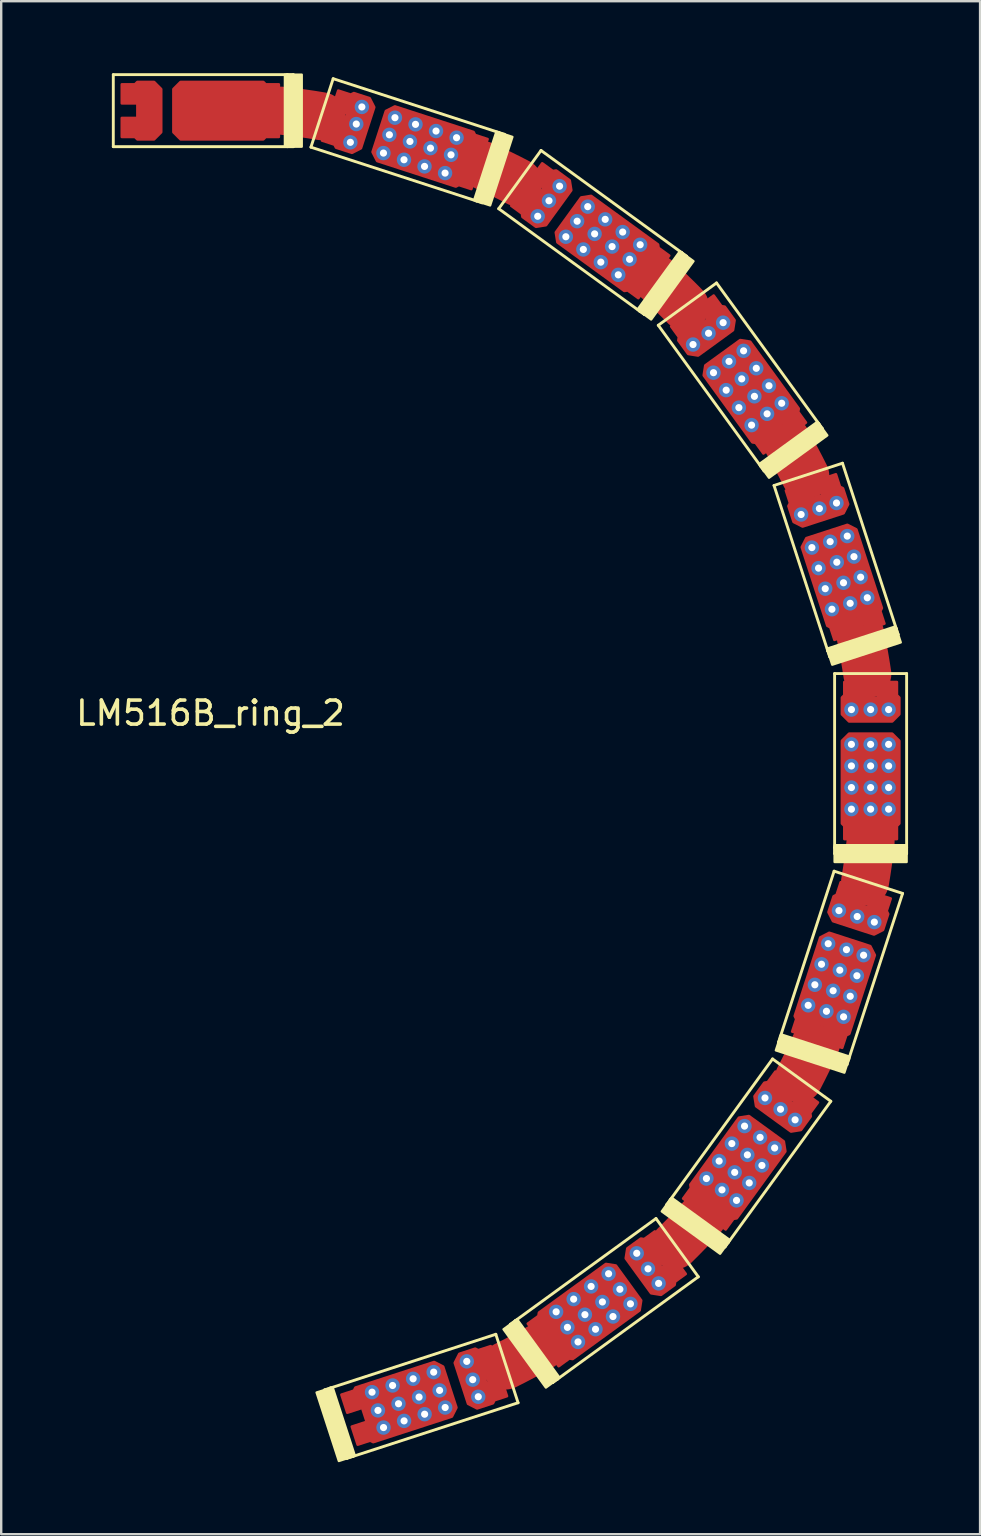
<source format=kicad_pcb>
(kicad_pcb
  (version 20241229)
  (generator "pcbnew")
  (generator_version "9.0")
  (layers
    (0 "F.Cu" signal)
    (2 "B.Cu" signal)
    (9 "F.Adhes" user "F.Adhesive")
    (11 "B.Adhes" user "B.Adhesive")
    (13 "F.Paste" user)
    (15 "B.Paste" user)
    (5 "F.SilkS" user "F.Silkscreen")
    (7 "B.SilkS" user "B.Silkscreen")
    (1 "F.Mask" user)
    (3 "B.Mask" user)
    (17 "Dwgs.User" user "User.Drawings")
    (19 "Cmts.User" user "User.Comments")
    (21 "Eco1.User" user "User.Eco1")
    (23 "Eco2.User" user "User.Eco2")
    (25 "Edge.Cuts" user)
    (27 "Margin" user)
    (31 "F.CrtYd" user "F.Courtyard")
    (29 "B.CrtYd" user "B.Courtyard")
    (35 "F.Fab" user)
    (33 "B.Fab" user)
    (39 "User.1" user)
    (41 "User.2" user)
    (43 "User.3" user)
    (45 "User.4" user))
  (footprint "LM516B_ring_2"
    (layer "F.Cu")
    (at 5.82 29.06)
    (property "Reference" "LM516B_ring_2" (at -0.1 -2.4 0) (layer "F.SilkS") (effects (font (size 1 1) (thickness 0.15))))
    (attr through_hole)
    (fp_arc (start 2.85 -27.5) (mid 3.688433 -27.397085) (end 4.523332 -27.268614) (stroke (width 2) (type solid)) (layer "F.Cu"))
    (fp_arc (start 11.203584 -25.242454) (mid 11.969179 -24.885486) (end 12.723515 -24.505304) (stroke (width 2) (type solid)) (layer "F.Cu"))
    (fp_arc (start 13.677494 23.981934) (mid 12.938695 24.391493) (end 12.187734 24.778299) (stroke (width 2) (type solid)) (layer "F.Cu"))
    (fp_arc (start 18.450695 -20.514001) (mid 19.06851 -19.937922) (end 19.668444 -19.343245) (stroke (width 2) (type solid)) (layer "F.Cu"))
    (fp_arc (start 20.414001 18.550695) (mid 19.837922 19.16851) (end 19.243245 19.768444) (stroke (width 2) (type solid)) (layer "F.Cu"))
    (fp_arc (start 23.881934 -13.777494) (mid 24.291493 -13.038695) (end 24.678299 -12.287734) (stroke (width 2) (type solid)) (layer "F.Cu"))
    (fp_arc (start 25.142454 11.303584) (mid 24.785486 12.069179) (end 24.405304 12.823515) (stroke (width 2) (type solid)) (layer "F.Cu"))
    (fp_arc (start 26.965654 -5.692351) (mid 27.126866 -4.863151) (end 27.262681 -4.029415) (stroke (width 2) (type solid)) (layer "F.Cu"))
    (fp_arc (start 27.4 2.95) (mid 27.297085 3.788433) (end 27.168614 4.623332) (stroke (width 2) (type solid)) (layer "F.Cu"))
    (fp_line (start -4.15 -29) (end -4.15 -26) (stroke (width 0.12) (type solid)) (layer "F.SilkS"))
    (fp_line (start -4.15 -26) (end 3.1 -26) (stroke (width 0.12) (type solid)) (layer "F.SilkS"))
    (fp_line (start 3.1 -29) (end -4.15 -29) (stroke (width 0.12) (type solid)) (layer "F.SilkS"))
    (fp_line (start 3.1 -29) (end 3.35 -29) (stroke (width 0.12) (type solid)) (layer "F.SilkS"))
    (fp_line (start 3.1 -26) (end 3.1 -29) (stroke (width 0.12) (type solid)) (layer "F.SilkS"))
    (fp_line (start 3.35 -29) (end 3.35 -26) (stroke (width 0.12) (type solid)) (layer "F.SilkS"))
    (fp_line (start 3.35 -26) (end 3.1 -26) (stroke (width 0.12) (type solid)) (layer "F.SilkS"))
    (fp_line (start 4.083 -25.979) (end 10.978 -23.739) (stroke (width 0.12) (type solid)) (layer "F.SilkS"))
    (fp_line (start 4.653 25.794) (end 4.891 25.716) (stroke (width 0.12) (type solid)) (layer "F.SilkS"))
    (fp_line (start 4.891 25.716) (end 5.818 28.569) (stroke (width 0.12) (type solid)) (layer "F.SilkS"))
    (fp_line (start 5.01 -28.832) (end 4.083 -25.979) (stroke (width 0.12) (type solid)) (layer "F.SilkS"))
    (fp_line (start 5.58 28.647) (end 4.653 25.794) (stroke (width 0.12) (type solid)) (layer "F.SilkS"))
    (fp_line (start 5.818 28.569) (end 5.58 28.647) (stroke (width 0.12) (type solid)) (layer "F.SilkS"))
    (fp_line (start 5.818 28.569) (end 12.713 26.329) (stroke (width 0.12) (type solid)) (layer "F.SilkS"))
    (fp_line (start 10.978 -23.739) (end 11.905 -26.592) (stroke (width 0.12) (type solid)) (layer "F.SilkS"))
    (fp_line (start 11.216 -23.661) (end 10.978 -23.739) (stroke (width 0.12) (type solid)) (layer "F.SilkS"))
    (fp_line (start 11.786 23.476) (end 4.891 25.716) (stroke (width 0.12) (type solid)) (layer "F.SilkS"))
    (fp_line (start 11.905 -26.592) (end 5.01 -28.832) (stroke (width 0.12) (type solid)) (layer "F.SilkS"))
    (fp_line (start 11.905 -26.592) (end 12.143 -26.515) (stroke (width 0.12) (type solid)) (layer "F.SilkS"))
    (fp_line (start 11.906 -23.415) (end 17.771 -19.154) (stroke (width 0.12) (type solid)) (layer "F.SilkS"))
    (fp_line (start 12.143 -26.515) (end 11.216 -23.661) (stroke (width 0.12) (type solid)) (layer "F.SilkS"))
    (fp_line (start 12.391 23.062) (end 12.594 22.915) (stroke (width 0.12) (type solid)) (layer "F.SilkS"))
    (fp_line (start 12.594 22.915) (end 14.357 25.342) (stroke (width 0.12) (type solid)) (layer "F.SilkS"))
    (fp_line (start 12.713 26.329) (end 11.786 23.476) (stroke (width 0.12) (type solid)) (layer "F.SilkS"))
    (fp_line (start 13.669 -25.842) (end 11.906 -23.415) (stroke (width 0.12) (type solid)) (layer "F.SilkS"))
    (fp_line (start 14.155 25.489) (end 12.391 23.062) (stroke (width 0.12) (type solid)) (layer "F.SilkS"))
    (fp_line (start 14.357 25.342) (end 14.155 25.489) (stroke (width 0.12) (type solid)) (layer "F.SilkS"))
    (fp_line (start 14.357 25.342) (end 20.222 21.081) (stroke (width 0.12) (type solid)) (layer "F.SilkS"))
    (fp_line (start 17.771 -19.154) (end 19.535 -21.581) (stroke (width 0.12) (type solid)) (layer "F.SilkS"))
    (fp_line (start 17.974 -19.007) (end 17.771 -19.154) (stroke (width 0.12) (type solid)) (layer "F.SilkS"))
    (fp_line (start 18.459 18.654) (end 12.594 22.915) (stroke (width 0.12) (type solid)) (layer "F.SilkS"))
    (fp_line (start 18.554 -18.559) (end 22.815 -12.694) (stroke (width 0.12) (type solid)) (layer "F.SilkS"))
    (fp_line (start 18.907 18.074) (end 19.054 17.871) (stroke (width 0.12) (type solid)) (layer "F.SilkS"))
    (fp_line (start 19.054 17.871) (end 21.481 19.635) (stroke (width 0.12) (type solid)) (layer "F.SilkS"))
    (fp_line (start 19.535 -21.581) (end 13.669 -25.842) (stroke (width 0.12) (type solid)) (layer "F.SilkS"))
    (fp_line (start 19.535 -21.581) (end 19.737 -21.434) (stroke (width 0.12) (type solid)) (layer "F.SilkS"))
    (fp_line (start 19.737 -21.434) (end 17.974 -19.007) (stroke (width 0.12) (type solid)) (layer "F.SilkS"))
    (fp_line (start 20.222 21.081) (end 18.459 18.654) (stroke (width 0.12) (type solid)) (layer "F.SilkS"))
    (fp_line (start 20.981 -20.322) (end 18.554 -18.559) (stroke (width 0.12) (type solid)) (layer "F.SilkS"))
    (fp_line (start 21.334 19.837) (end 18.907 18.074) (stroke (width 0.12) (type solid)) (layer "F.SilkS"))
    (fp_line (start 21.481 19.635) (end 21.334 19.837) (stroke (width 0.12) (type solid)) (layer "F.SilkS"))
    (fp_line (start 21.481 19.635) (end 25.742 13.769) (stroke (width 0.12) (type solid)) (layer "F.SilkS"))
    (fp_line (start 22.815 -12.694) (end 25.242 -14.457) (stroke (width 0.12) (type solid)) (layer "F.SilkS"))
    (fp_line (start 22.962 -12.491) (end 22.815 -12.694) (stroke (width 0.12) (type solid)) (layer "F.SilkS"))
    (fp_line (start 23.315 12.006) (end 19.054 17.871) (stroke (width 0.12) (type solid)) (layer "F.SilkS"))
    (fp_line (start 23.376 -11.886) (end 25.616 -4.991) (stroke (width 0.12) (type solid)) (layer "F.SilkS"))
    (fp_line (start 23.561 11.316) (end 23.639 11.078) (stroke (width 0.12) (type solid)) (layer "F.SilkS"))
    (fp_line (start 23.639 11.078) (end 26.492 12.005) (stroke (width 0.12) (type solid)) (layer "F.SilkS"))
    (fp_line (start 25.242 -14.457) (end 20.981 -20.322) (stroke (width 0.12) (type solid)) (layer "F.SilkS"))
    (fp_line (start 25.242 -14.457) (end 25.389 -14.255) (stroke (width 0.12) (type solid)) (layer "F.SilkS"))
    (fp_line (start 25.389 -14.255) (end 22.962 -12.491) (stroke (width 0.12) (type solid)) (layer "F.SilkS"))
    (fp_line (start 25.616 -4.991) (end 28.469 -5.918) (stroke (width 0.12) (type solid)) (layer "F.SilkS"))
    (fp_line (start 25.694 -4.753) (end 25.616 -4.991) (stroke (width 0.12) (type solid)) (layer "F.SilkS"))
    (fp_line (start 25.742 13.769) (end 23.315 12.006) (stroke (width 0.12) (type solid)) (layer "F.SilkS"))
    (fp_line (start 25.879 4.183) (end 23.639 11.078) (stroke (width 0.12) (type solid)) (layer "F.SilkS"))
    (fp_line (start 25.9 -4.05) (end 25.9 3.2) (stroke (width 0.12) (type solid)) (layer "F.SilkS"))
    (fp_line (start 25.9 3.2) (end 28.9 3.2) (stroke (width 0.12) (type solid)) (layer "F.SilkS"))
    (fp_line (start 25.9 3.45) (end 25.9 3.2) (stroke (width 0.12) (type solid)) (layer "F.SilkS"))
    (fp_line (start 26.229 -12.813) (end 23.376 -11.886) (stroke (width 0.12) (type solid)) (layer "F.SilkS"))
    (fp_line (start 26.415 12.243) (end 23.561 11.316) (stroke (width 0.12) (type solid)) (layer "F.SilkS"))
    (fp_line (start 26.492 12.005) (end 26.415 12.243) (stroke (width 0.12) (type solid)) (layer "F.SilkS"))
    (fp_line (start 26.492 12.005) (end 28.732 5.11) (stroke (width 0.12) (type solid)) (layer "F.SilkS"))
    (fp_line (start 28.469 -5.918) (end 26.229 -12.813) (stroke (width 0.12) (type solid)) (layer "F.SilkS"))
    (fp_line (start 28.469 -5.918) (end 28.547 -5.68) (stroke (width 0.12) (type solid)) (layer "F.SilkS"))
    (fp_line (start 28.547 -5.68) (end 25.694 -4.753) (stroke (width 0.12) (type solid)) (layer "F.SilkS"))
    (fp_line (start 28.732 5.11) (end 25.879 4.183) (stroke (width 0.12) (type solid)) (layer "F.SilkS"))
    (fp_line (start 28.9 -4.05) (end 25.9 -4.05) (stroke (width 0.12) (type solid)) (layer "F.SilkS"))
    (fp_line (start 28.9 3.2) (end 28.9 -4.05) (stroke (width 0.12) (type solid)) (layer "F.SilkS"))
    (fp_line (start 28.9 3.2) (end 28.9 3.45) (stroke (width 0.12) (type solid)) (layer "F.SilkS"))
    (fp_line (start 28.9 3.45) (end 25.9 3.45) (stroke (width 0.12) (type solid)) (layer "F.SilkS"))
    (fp_poly (pts (xy 3 -26) (xy 3.7 -26) (xy 3.7 -29) (xy 3 -29)) (stroke (width 0.1) (type solid)) (fill yes) (layer "F.SilkS"))
    (fp_poly (pts (xy 4.986 25.685) (xy 4.32 25.902) (xy 5.247 28.755) (xy 5.913 28.539)) (stroke (width 0.1) (type solid)) (fill yes) (layer "F.SilkS"))
    (fp_poly (pts (xy 10.883 -23.77) (xy 11.548 -23.553) (xy 12.476 -26.406) (xy 11.81 -26.623)) (stroke (width 0.1) (type solid)) (fill yes) (layer "F.SilkS"))
    (fp_poly (pts (xy 12.674 22.857) (xy 12.108 23.268) (xy 13.872 25.695) (xy 14.438 25.284)) (stroke (width 0.1) (type solid)) (fill yes) (layer "F.SilkS"))
    (fp_poly (pts (xy 17.69 -19.212) (xy 18.257 -18.801) (xy 20.02 -21.228) (xy 19.454 -21.639)) (stroke (width 0.1) (type solid)) (fill yes) (layer "F.SilkS"))
    (fp_poly (pts (xy 19.112 17.79) (xy 18.701 18.357) (xy 21.128 20.12) (xy 21.539 19.554)) (stroke (width 0.1) (type solid)) (fill yes) (layer "F.SilkS"))
    (fp_poly (pts (xy 22.757 -12.774) (xy 23.168 -12.208) (xy 25.595 -13.972) (xy 25.184 -14.538)) (stroke (width 0.1) (type solid)) (fill yes) (layer "F.SilkS"))
    (fp_poly (pts (xy 23.67 10.983) (xy 23.453 11.648) (xy 26.306 12.576) (xy 26.523 11.91)) (stroke (width 0.1) (type solid)) (fill yes) (layer "F.SilkS"))
    (fp_poly (pts (xy 25.585 -5.086) (xy 25.802 -4.42) (xy 28.655 -5.347) (xy 28.439 -6.013)) (stroke (width 0.1) (type solid)) (fill yes) (layer "F.SilkS"))
    (fp_poly (pts (xy 25.9 3.1) (xy 25.9 3.8) (xy 28.9 3.8) (xy 28.9 3.1)) (stroke (width 0.1) (type solid)) (fill yes) (layer "F.SilkS"))
    (pad "1" smd custom (at 0.45 -27.5) (size 3 2) (layers "F.Cu" "F.Mask" "F.Paste") (options (anchor rect)) (primitives (gr_poly (pts (xy -2.1 -0.9) (xy -2.1 0.9) (xy -1.8 1.2) (xy 1.65 1.2) (xy 1.75 1.1) (xy 2.3 1.1) (xy 2.3 0.3) (xy 1.65 0.3) (xy 1.65 -0.3) (xy 2.3 -0.3) (xy 2.3 -1.1) (xy 1.75 -1.1) (xy 1.65 -1.2) (xy -1.8 -1.2)) (width 0.1) (fill yes))))
    (pad "2" thru_hole circle (at 7.105 -25.733 342) (size 0.6 0.6) (drill 0.3) (layers "*.Cu" "*.Mask"))
    (pad "2" thru_hole circle (at 7.352 -26.494 342) (size 0.6 0.6) (drill 0.3) (layers "*.Cu" "*.Mask"))
    (pad "2" thru_hole circle (at 7.584 -27.207 342) (size 0.6 0.6) (drill 0.3) (layers "*.Cu" "*.Mask"))
    (pad "2" thru_hole circle (at 7.961 -25.455 342) (size 0.6 0.6) (drill 0.3) (layers "*.Cu" "*.Mask"))
    (pad "2" thru_hole circle (at 8.208 -26.216 342) (size 0.6 0.6) (drill 0.3) (layers "*.Cu" "*.Mask"))
    (pad "2" thru_hole circle (at 8.44 -26.929 342) (size 0.6 0.6) (drill 0.3) (layers "*.Cu" "*.Mask"))
    (pad "2" thru_hole circle (at 8.816 -25.177 342) (size 0.6 0.6) (drill 0.3) (layers "*.Cu" "*.Mask"))
    (pad "2" smd custom (at 8.921 -25.984 342) (size 3 2) (layers "F.Cu" "F.Mask" "F.Paste") (options (anchor rect)) (primitives (gr_poly (pts (xy -2.1 -0.9) (xy -2.1 0.9) (xy -1.8 1.2) (xy 1.65 1.2) (xy 1.75 1.1) (xy 2.3 1.1) (xy 2.3 0.3) (xy 1.65 0.3) (xy 1.65 -0.3) (xy 2.3 -0.3) (xy 2.3 -1.1) (xy 1.75 -1.1) (xy 1.65 -1.2) (xy -1.8 -1.2)) (width 0.1) (fill yes))))
    (pad "2" thru_hole circle (at 9.064 -25.938 342) (size 0.6 0.6) (drill 0.3) (layers "*.Cu" "*.Mask"))
    (pad "2" thru_hole circle (at 9.295 -26.651 342) (size 0.6 0.6) (drill 0.3) (layers "*.Cu" "*.Mask"))
    (pad "2" thru_hole circle (at 9.672 -24.899 342) (size 0.6 0.6) (drill 0.3) (layers "*.Cu" "*.Mask"))
    (pad "2" thru_hole circle (at 9.92 -25.66 342) (size 0.6 0.6) (drill 0.3) (layers "*.Cu" "*.Mask"))
    (pad "2" thru_hole circle (at 10.151 -26.373 342) (size 0.6 0.6) (drill 0.3) (layers "*.Cu" "*.Mask"))
    (pad "3" thru_hole circle (at 14.704 -22.247 324) (size 0.6 0.6) (drill 0.3) (layers "*.Cu" "*.Mask"))
    (pad "3" thru_hole circle (at 15.174 -22.895 324) (size 0.6 0.6) (drill 0.3) (layers "*.Cu" "*.Mask"))
    (pad "3" thru_hole circle (at 15.432 -21.718 324) (size 0.6 0.6) (drill 0.3) (layers "*.Cu" "*.Mask"))
    (pad "3" thru_hole circle (at 15.615 -23.501 324) (size 0.6 0.6) (drill 0.3) (layers "*.Cu" "*.Mask"))
    (pad "3" thru_hole circle (at 15.902 -22.366 324) (size 0.6 0.6) (drill 0.3) (layers "*.Cu" "*.Mask"))
    (pad "3" thru_hole circle (at 16.16 -21.189 324) (size 0.6 0.6) (drill 0.3) (layers "*.Cu" "*.Mask"))
    (pad "3" thru_hole circle (at 16.343 -22.972 324) (size 0.6 0.6) (drill 0.3) (layers "*.Cu" "*.Mask"))
    (pad "3" smd custom (at 16.509 -21.925 324) (size 3 2) (layers "F.Cu" "F.Mask" "F.Paste") (options (anchor rect)) (primitives (gr_poly (pts (xy -2.1 -0.9) (xy -2.1 0.9) (xy -1.8 1.2) (xy 1.65 1.2) (xy 1.75 1.1) (xy 2.3 1.1) (xy 2.3 0.3) (xy 1.65 0.3) (xy 1.65 -0.3) (xy 2.3 -0.3) (xy 2.3 -1.1) (xy 1.75 -1.1) (xy 1.65 -1.2) (xy -1.8 -1.2)) (width 0.1) (fill yes))))
    (pad "3" thru_hole circle (at 16.63 -21.837 324) (size 0.6 0.6) (drill 0.3) (layers "*.Cu" "*.Mask"))
    (pad "3" thru_hole circle (at 16.888 -20.66 324) (size 0.6 0.6) (drill 0.3) (layers "*.Cu" "*.Mask"))
    (pad "3" thru_hole circle (at 17.071 -22.443 324) (size 0.6 0.6) (drill 0.3) (layers "*.Cu" "*.Mask"))
    (pad "3" thru_hole circle (at 17.359 -21.308 324) (size 0.6 0.6) (drill 0.3) (layers "*.Cu" "*.Mask"))
    (pad "3" thru_hole circle (at 17.799 -21.914 324) (size 0.6 0.6) (drill 0.3) (layers "*.Cu" "*.Mask"))
    (pad "4" thru_hole circle (at 20.854 -16.584 306) (size 0.6 0.6) (drill 0.3) (layers "*.Cu" "*.Mask"))
    (pad "4" thru_hole circle (at 21.383 -15.856 306) (size 0.6 0.6) (drill 0.3) (layers "*.Cu" "*.Mask"))
    (pad "4" thru_hole circle (at 21.501 -17.054 306) (size 0.6 0.6) (drill 0.3) (layers "*.Cu" "*.Mask"))
    (pad "4" thru_hole circle (at 21.912 -15.128 306) (size 0.6 0.6) (drill 0.3) (layers "*.Cu" "*.Mask"))
    (pad "4" thru_hole circle (at 22.03 -16.326 306) (size 0.6 0.6) (drill 0.3) (layers "*.Cu" "*.Mask"))
    (pad "4" thru_hole circle (at 22.108 -17.495 306) (size 0.6 0.6) (drill 0.3) (layers "*.Cu" "*.Mask"))
    (pad "4" thru_hole circle (at 22.441 -14.399 306) (size 0.6 0.6) (drill 0.3) (layers "*.Cu" "*.Mask"))
    (pad "4" smd custom (at 22.471 -15.719 306) (size 3 2) (layers "F.Cu" "F.Mask" "F.Paste") (options (anchor rect)) (primitives (gr_poly (pts (xy -2.1 -0.9) (xy -2.1 0.9) (xy -1.8 1.2) (xy 1.65 1.2) (xy 1.75 1.1) (xy 2.3 1.1) (xy 2.3 0.3) (xy 1.65 0.3) (xy 1.65 -0.3) (xy 2.3 -0.3) (xy 2.3 -1.1) (xy 1.75 -1.1) (xy 1.65 -1.2) (xy -1.8 -1.2)) (width 0.1) (fill yes))))
    (pad "4" thru_hole circle (at 22.559 -15.598 306) (size 0.6 0.6) (drill 0.3) (layers "*.Cu" "*.Mask"))
    (pad "4" thru_hole circle (at 22.637 -16.767 306) (size 0.6 0.6) (drill 0.3) (layers "*.Cu" "*.Mask"))
    (pad "4" thru_hole circle (at 23.088 -14.87 306) (size 0.6 0.6) (drill 0.3) (layers "*.Cu" "*.Mask"))
    (pad "4" thru_hole circle (at 23.166 -16.039 306) (size 0.6 0.6) (drill 0.3) (layers "*.Cu" "*.Mask"))
    (pad "4" thru_hole circle (at 23.695 -15.311 306) (size 0.6 0.6) (drill 0.3) (layers "*.Cu" "*.Mask"))
    (pad "5" thru_hole circle (at 24.953 -9.297 288) (size 0.6 0.6) (drill 0.3) (layers "*.Cu" "*.Mask"))
    (pad "5" thru_hole circle (at 25.231 -8.441 288) (size 0.6 0.6) (drill 0.3) (layers "*.Cu" "*.Mask"))
    (pad "5" thru_hole circle (at 25.51 -7.585 288) (size 0.6 0.6) (drill 0.3) (layers "*.Cu" "*.Mask"))
    (pad "5" thru_hole circle (at 25.714 -9.544 288) (size 0.6 0.6) (drill 0.3) (layers "*.Cu" "*.Mask"))
    (pad "5" thru_hole circle (at 25.788 -6.729 288) (size 0.6 0.6) (drill 0.3) (layers "*.Cu" "*.Mask"))
    (pad "5" thru_hole circle (at 25.992 -8.688 288) (size 0.6 0.6) (drill 0.3) (layers "*.Cu" "*.Mask"))
    (pad "5" smd custom (at 26.224 -7.975 288) (size 3 2) (layers "F.Cu" "F.Mask" "F.Paste") (options (anchor rect)) (primitives (gr_poly (pts (xy -2.1 -0.9) (xy -2.1 0.9) (xy -1.8 1.2) (xy 1.65 1.2) (xy 1.75 1.1) (xy 2.3 1.1) (xy 2.3 0.3) (xy 1.65 0.3) (xy 1.65 -0.3) (xy 2.3 -0.3) (xy 2.3 -1.1) (xy 1.75 -1.1) (xy 1.65 -1.2) (xy -1.8 -1.2)) (width 0.1) (fill yes))))
    (pad "5" thru_hole circle (at 26.27 -7.832 288) (size 0.6 0.6) (drill 0.3) (layers "*.Cu" "*.Mask"))
    (pad "5" thru_hole circle (at 26.427 -9.776 288) (size 0.6 0.6) (drill 0.3) (layers "*.Cu" "*.Mask"))
    (pad "5" thru_hole circle (at 26.548 -6.976 288) (size 0.6 0.6) (drill 0.3) (layers "*.Cu" "*.Mask"))
    (pad "5" thru_hole circle (at 26.706 -8.92 288) (size 0.6 0.6) (drill 0.3) (layers "*.Cu" "*.Mask"))
    (pad "5" thru_hole circle (at 26.984 -8.064 288) (size 0.6 0.6) (drill 0.3) (layers "*.Cu" "*.Mask"))
    (pad "5" thru_hole circle (at 27.262 -7.208 288) (size 0.6 0.6) (drill 0.3) (layers "*.Cu" "*.Mask"))
    (pad "6" thru_hole circle (at 26.6 -1.1 270) (size 0.6 0.6) (drill 0.3) (layers "*.Cu" "*.Mask"))
    (pad "6" thru_hole circle (at 26.6 -0.2 270) (size 0.6 0.6) (drill 0.3) (layers "*.Cu" "*.Mask"))
    (pad "6" thru_hole circle (at 26.6 0.7 270) (size 0.6 0.6) (drill 0.3) (layers "*.Cu" "*.Mask"))
    (pad "6" thru_hole circle (at 26.6 1.6 270) (size 0.6 0.6) (drill 0.3) (layers "*.Cu" "*.Mask"))
    (pad "6" thru_hole circle (at 27.4 -1.1 270) (size 0.6 0.6) (drill 0.3) (layers "*.Cu" "*.Mask"))
    (pad "6" thru_hole circle (at 27.4 -0.2 270) (size 0.6 0.6) (drill 0.3) (layers "*.Cu" "*.Mask"))
    (pad "6" smd custom (at 27.4 0.55 270) (size 3 2) (layers "F.Cu" "F.Mask" "F.Paste") (options (anchor rect)) (primitives (gr_poly (pts (xy -2.1 -0.9) (xy -2.1 0.9) (xy -1.8 1.2) (xy 1.65 1.2) (xy 1.75 1.1) (xy 2.3 1.1) (xy 2.3 0.3) (xy 1.65 0.3) (xy 1.65 -0.3) (xy 2.3 -0.3) (xy 2.3 -1.1) (xy 1.75 -1.1) (xy 1.65 -1.2) (xy -1.8 -1.2)) (width 0.1) (fill yes))))
    (pad "6" thru_hole circle (at 27.4 0.7 270) (size 0.6 0.6) (drill 0.3) (layers "*.Cu" "*.Mask"))
    (pad "6" thru_hole circle (at 27.4 1.6 270) (size 0.6 0.6) (drill 0.3) (layers "*.Cu" "*.Mask"))
    (pad "6" thru_hole circle (at 28.15 -1.1 270) (size 0.6 0.6) (drill 0.3) (layers "*.Cu" "*.Mask"))
    (pad "6" thru_hole circle (at 28.15 -0.2 270) (size 0.6 0.6) (drill 0.3) (layers "*.Cu" "*.Mask"))
    (pad "6" thru_hole circle (at 28.15 0.7 270) (size 0.6 0.6) (drill 0.3) (layers "*.Cu" "*.Mask"))
    (pad "6" thru_hole circle (at 28.15 1.6 270) (size 0.6 0.6) (drill 0.3) (layers "*.Cu" "*.Mask"))
    (pad "7" thru_hole circle (at 24.799 9.772 252) (size 0.6 0.6) (drill 0.3) (layers "*.Cu" "*.Mask"))
    (pad "7" thru_hole circle (at 25.077 8.916 252) (size 0.6 0.6) (drill 0.3) (layers "*.Cu" "*.Mask"))
    (pad "7" thru_hole circle (at 25.355 8.061 252) (size 0.6 0.6) (drill 0.3) (layers "*.Cu" "*.Mask"))
    (pad "7" thru_hole circle (at 25.56 10.02 252) (size 0.6 0.6) (drill 0.3) (layers "*.Cu" "*.Mask"))
    (pad "7" thru_hole circle (at 25.633 7.205 252) (size 0.6 0.6) (drill 0.3) (layers "*.Cu" "*.Mask"))
    (pad "7" thru_hole circle (at 25.838 9.164 252) (size 0.6 0.6) (drill 0.3) (layers "*.Cu" "*.Mask"))
    (pad "7" smd custom (at 25.884 9.021 252) (size 3 2) (layers "F.Cu" "F.Mask" "F.Paste") (options (anchor rect)) (primitives (gr_poly (pts (xy -2.1 -0.9) (xy -2.1 0.9) (xy -1.8 1.2) (xy 1.65 1.2) (xy 1.75 1.1) (xy 2.3 1.1) (xy 2.3 0.3) (xy 1.65 0.3) (xy 1.65 -0.3) (xy 2.3 -0.3) (xy 2.3 -1.1) (xy 1.75 -1.1) (xy 1.65 -1.2) (xy -1.8 -1.2)) (width 0.1) (fill yes))))
    (pad "7" thru_hole circle (at 26.116 8.308 252) (size 0.6 0.6) (drill 0.3) (layers "*.Cu" "*.Mask"))
    (pad "7" thru_hole circle (at 26.273 10.251 252) (size 0.6 0.6) (drill 0.3) (layers "*.Cu" "*.Mask"))
    (pad "7" thru_hole circle (at 26.394 7.452 252) (size 0.6 0.6) (drill 0.3) (layers "*.Cu" "*.Mask"))
    (pad "7" thru_hole circle (at 26.551 9.395 252) (size 0.6 0.6) (drill 0.3) (layers "*.Cu" "*.Mask"))
    (pad "7" thru_hole circle (at 26.829 8.54 252) (size 0.6 0.6) (drill 0.3) (layers "*.Cu" "*.Mask"))
    (pad "7" thru_hole circle (at 27.107 7.684 252) (size 0.6 0.6) (drill 0.3) (layers "*.Cu" "*.Mask"))
    (pad "8" thru_hole circle (at 20.56 16.988 234) (size 0.6 0.6) (drill 0.3) (layers "*.Cu" "*.Mask"))
    (pad "8" thru_hole circle (at 21.089 16.26 234) (size 0.6 0.6) (drill 0.3) (layers "*.Cu" "*.Mask"))
    (pad "8" thru_hole circle (at 21.208 17.459 234) (size 0.6 0.6) (drill 0.3) (layers "*.Cu" "*.Mask"))
    (pad "8" thru_hole circle (at 21.618 15.532 234) (size 0.6 0.6) (drill 0.3) (layers "*.Cu" "*.Mask"))
    (pad "8" thru_hole circle (at 21.737 16.73 234) (size 0.6 0.6) (drill 0.3) (layers "*.Cu" "*.Mask"))
    (pad "8" thru_hole circle (at 21.814 17.899 234) (size 0.6 0.6) (drill 0.3) (layers "*.Cu" "*.Mask"))
    (pad "8" smd custom (at 21.825 16.609 234) (size 3 2) (layers "F.Cu" "F.Mask" "F.Paste") (options (anchor rect)) (primitives (gr_poly (pts (xy -2.1 -0.9) (xy -2.1 0.9) (xy -1.8 1.2) (xy 1.65 1.2) (xy 1.75 1.1) (xy 2.3 1.1) (xy 2.3 0.3) (xy 1.65 0.3) (xy 1.65 -0.3) (xy 2.3 -0.3) (xy 2.3 -1.1) (xy 1.75 -1.1) (xy 1.65 -1.2) (xy -1.8 -1.2)) (width 0.1) (fill yes))))
    (pad "8" thru_hole circle (at 22.147 14.804 234) (size 0.6 0.6) (drill 0.3) (layers "*.Cu" "*.Mask"))
    (pad "8" thru_hole circle (at 22.266 16.002 234) (size 0.6 0.6) (drill 0.3) (layers "*.Cu" "*.Mask"))
    (pad "8" thru_hole circle (at 22.343 17.171 234) (size 0.6 0.6) (drill 0.3) (layers "*.Cu" "*.Mask"))
    (pad "8" thru_hole circle (at 22.795 15.274 234) (size 0.6 0.6) (drill 0.3) (layers "*.Cu" "*.Mask"))
    (pad "8" thru_hole circle (at 22.872 16.443 234) (size 0.6 0.6) (drill 0.3) (layers "*.Cu" "*.Mask"))
    (pad "8" thru_hole circle (at 23.401 15.715 234) (size 0.6 0.6) (drill 0.3) (layers "*.Cu" "*.Mask"))
    (pad "9" thru_hole circle (at 14.299 22.541 216) (size 0.6 0.6) (drill 0.3) (layers "*.Cu" "*.Mask"))
    (pad "9" thru_hole circle (at 14.77 23.188 216) (size 0.6 0.6) (drill 0.3) (layers "*.Cu" "*.Mask"))
    (pad "9" thru_hole circle (at 15.028 22.012 216) (size 0.6 0.6) (drill 0.3) (layers "*.Cu" "*.Mask"))
    (pad "9" thru_hole circle (at 15.211 23.795 216) (size 0.6 0.6) (drill 0.3) (layers "*.Cu" "*.Mask"))
    (pad "9" thru_hole circle (at 15.498 22.659 216) (size 0.6 0.6) (drill 0.3) (layers "*.Cu" "*.Mask"))
    (pad "9" smd custom (at 15.619 22.571 216) (size 3 2) (layers "F.Cu" "F.Mask" "F.Paste") (options (anchor rect)) (primitives (gr_poly (pts (xy -2.1 -0.9) (xy -2.1 0.9) (xy -1.8 1.2) (xy 1.65 1.2) (xy 1.75 1.1) (xy 2.3 1.1) (xy 2.3 0.3) (xy 1.65 0.3) (xy 1.65 -0.3) (xy 2.3 -0.3) (xy 2.3 -1.1) (xy 1.75 -1.1) (xy 1.65 -1.2) (xy -1.8 -1.2)) (width 0.1) (fill yes))))
    (pad "9" thru_hole circle (at 15.756 21.483 216) (size 0.6 0.6) (drill 0.3) (layers "*.Cu" "*.Mask"))
    (pad "9" thru_hole circle (at 15.939 23.266 216) (size 0.6 0.6) (drill 0.3) (layers "*.Cu" "*.Mask"))
    (pad "9" thru_hole circle (at 16.226 22.13 216) (size 0.6 0.6) (drill 0.3) (layers "*.Cu" "*.Mask"))
    (pad "9" thru_hole circle (at 16.484 20.954 216) (size 0.6 0.6) (drill 0.3) (layers "*.Cu" "*.Mask"))
    (pad "9" thru_hole circle (at 16.667 22.737 216) (size 0.6 0.6) (drill 0.3) (layers "*.Cu" "*.Mask"))
    (pad "9" thru_hole circle (at 16.954 21.601 216) (size 0.6 0.6) (drill 0.3) (layers "*.Cu" "*.Mask"))
    (pad "9" thru_hole circle (at 17.395 22.208 216) (size 0.6 0.6) (drill 0.3) (layers "*.Cu" "*.Mask"))
    (pad "10" thru_hole circle (at 6.629 25.888 198) (size 0.6 0.6) (drill 0.3) (layers "*.Cu" "*.Mask"))
    (pad "10" thru_hole circle (at 6.876 26.648 198) (size 0.6 0.6) (drill 0.3) (layers "*.Cu" "*.Mask"))
    (pad "10" thru_hole circle (at 7.108 27.362 198) (size 0.6 0.6) (drill 0.3) (layers "*.Cu" "*.Mask"))
    (pad "10" thru_hole circle (at 7.485 25.61 198) (size 0.6 0.6) (drill 0.3) (layers "*.Cu" "*.Mask"))
    (pad "10" thru_hole circle (at 7.732 26.37 198) (size 0.6 0.6) (drill 0.3) (layers "*.Cu" "*.Mask"))
    (pad "10" smd custom (at 7.875 26.324 198) (size 3 2) (layers "F.Cu" "F.Mask" "F.Paste") (options (anchor rect)) (primitives (gr_poly (pts (xy -2.1 -0.9) (xy -2.1 0.9) (xy -1.8 1.2) (xy 1.65 1.2) (xy 1.75 1.1) (xy 2.3 1.1) (xy 2.3 0.3) (xy 1.65 0.3) (xy 1.65 -0.3) (xy 2.3 -0.3) (xy 2.3 -1.1) (xy 1.75 -1.1) (xy 1.65 -1.2) (xy -1.8 -1.2)) (width 0.1) (fill yes))))
    (pad "10" thru_hole circle (at 7.964 27.084 198) (size 0.6 0.6) (drill 0.3) (layers "*.Cu" "*.Mask"))
    (pad "10" thru_hole circle (at 8.341 25.331 198) (size 0.6 0.6) (drill 0.3) (layers "*.Cu" "*.Mask"))
    (pad "10" thru_hole circle (at 8.588 26.092 198) (size 0.6 0.6) (drill 0.3) (layers "*.Cu" "*.Mask"))
    (pad "10" thru_hole circle (at 8.82 26.806 198) (size 0.6 0.6) (drill 0.3) (layers "*.Cu" "*.Mask"))
    (pad "10" thru_hole circle (at 9.197 25.053 198) (size 0.6 0.6) (drill 0.3) (layers "*.Cu" "*.Mask"))
    (pad "10" thru_hole circle (at 9.444 25.814 198) (size 0.6 0.6) (drill 0.3) (layers "*.Cu" "*.Mask"))
    (pad "10" thru_hole circle (at 9.676 26.527 198) (size 0.6 0.6) (drill 0.3) (layers "*.Cu" "*.Mask"))
    (pad "11" smd custom (at -2.7 -27.5) (size 1 1.8) (layers "F.Cu" "F.Mask" "F.Paste") (options (anchor rect)) (primitives (gr_poly (pts (xy -0.55 -1.1) (xy -1.1 -1.1) (xy -1.1 -0.3) (xy -0.45 -0.3) (xy -0.45 0.3) (xy -1.1 0.3) (xy -1.1 1.1) (xy -0.55 1.1) (xy -0.45 1.2) (xy 0.25 1.2) (xy 0.55 0.9) (xy 0.55 -0.9) (xy 0.25 -1.2) (xy -0.45 -1.2)) (width 0.1) (fill yes))))
    (pad "12" thru_hole circle (at 5.726 -26.181 342) (size 0.6 0.6) (drill 0.3) (layers "*.Cu" "*.Mask"))
    (pad "12" smd custom (at 5.925 -26.957 342) (size 1 1.8) (layers "F.Cu" "F.Mask" "F.Paste") (options (anchor rect)) (primitives (gr_poly (pts (xy -0.55 -1.1) (xy -1.1 -1.1) (xy -1.1 -0.3) (xy -0.45 -0.3) (xy -0.45 0.3) (xy -1.1 0.3) (xy -1.1 1.1) (xy -0.55 1.1) (xy -0.45 1.2) (xy 0.25 1.2) (xy 0.55 0.9) (xy 0.55 -0.9) (xy 0.25 -1.2) (xy -0.45 -1.2)) (width 0.1) (fill yes))))
    (pad "12" thru_hole circle (at 5.973 -26.942 342) (size 0.6 0.6) (drill 0.3) (layers "*.Cu" "*.Mask"))
    (pad "12" thru_hole circle (at 6.205 -27.655 342) (size 0.6 0.6) (drill 0.3) (layers "*.Cu" "*.Mask"))
    (pad "13" thru_hole circle (at 13.531 -23.1 324) (size 0.6 0.6) (drill 0.3) (layers "*.Cu" "*.Mask"))
    (pad "13" smd custom (at 13.961 -23.776 324) (size 1 1.8) (layers "F.Cu" "F.Mask" "F.Paste") (options (anchor rect)) (primitives (gr_poly (pts (xy -0.55 -1.1) (xy -1.1 -1.1) (xy -1.1 -0.3) (xy -0.45 -0.3) (xy -0.45 0.3) (xy -1.1 0.3) (xy -1.1 1.1) (xy -0.55 1.1) (xy -0.45 1.2) (xy 0.25 1.2) (xy 0.55 0.9) (xy 0.55 -0.9) (xy 0.25 -1.2) (xy -0.45 -1.2)) (width 0.1) (fill yes))))
    (pad "13" thru_hole circle (at 14.001 -23.747 324) (size 0.6 0.6) (drill 0.3) (layers "*.Cu" "*.Mask"))
    (pad "13" thru_hole circle (at 14.442 -24.354 324) (size 0.6 0.6) (drill 0.3) (layers "*.Cu" "*.Mask"))
    (pad "14" thru_hole circle (at 20.002 -17.757 306) (size 0.6 0.6) (drill 0.3) (layers "*.Cu" "*.Mask"))
    (pad "14" smd custom (at 20.62 -18.268 306) (size 1 1.8) (layers "F.Cu" "F.Mask" "F.Paste") (options (anchor rect)) (primitives (gr_poly (pts (xy -0.55 -1.1) (xy -1.1 -1.1) (xy -1.1 -0.3) (xy -0.45 -0.3) (xy -0.45 0.3) (xy -1.1 0.3) (xy -1.1 1.1) (xy -0.55 1.1) (xy -0.45 1.2) (xy 0.25 1.2) (xy 0.55 0.9) (xy 0.55 -0.9) (xy 0.25 -1.2) (xy -0.45 -1.2)) (width 0.1) (fill yes))))
    (pad "14" thru_hole circle (at 20.649 -18.227 306) (size 0.6 0.6) (drill 0.3) (layers "*.Cu" "*.Mask"))
    (pad "14" thru_hole circle (at 21.256 -18.668 306) (size 0.6 0.6) (drill 0.3) (layers "*.Cu" "*.Mask"))
    (pad "15" thru_hole circle (at 24.505 -10.676 288) (size 0.6 0.6) (drill 0.3) (layers "*.Cu" "*.Mask"))
    (pad "15" smd custom (at 25.251 -10.971 288) (size 1 1.8) (layers "F.Cu" "F.Mask" "F.Paste") (options (anchor rect)) (primitives (gr_poly (pts (xy -0.55 -1.1) (xy -1.1 -1.1) (xy -1.1 -0.3) (xy -0.45 -0.3) (xy -0.45 0.3) (xy -1.1 0.3) (xy -1.1 1.1) (xy -0.55 1.1) (xy -0.45 1.2) (xy 0.25 1.2) (xy 0.55 0.9) (xy 0.55 -0.9) (xy 0.25 -1.2) (xy -0.45 -1.2)) (width 0.1) (fill yes))))
    (pad "15" thru_hole circle (at 25.266 -10.923 288) (size 0.6 0.6) (drill 0.3) (layers "*.Cu" "*.Mask"))
    (pad "15" thru_hole circle (at 25.979 -11.155 288) (size 0.6 0.6) (drill 0.3) (layers "*.Cu" "*.Mask"))
    (pad "16" thru_hole circle (at 26.6 -2.55 270) (size 0.6 0.6) (drill 0.3) (layers "*.Cu" "*.Mask"))
    (pad "16" smd custom (at 27.4 -2.6 270) (size 1 1.8) (layers "F.Cu" "F.Mask" "F.Paste") (options (anchor rect)) (primitives (gr_poly (pts (xy -0.55 -1.1) (xy -1.1 -1.1) (xy -1.1 -0.3) (xy -0.45 -0.3) (xy -0.45 0.3) (xy -1.1 0.3) (xy -1.1 1.1) (xy -0.55 1.1) (xy -0.45 1.2) (xy 0.25 1.2) (xy 0.55 0.9) (xy 0.55 -0.9) (xy 0.25 -1.2) (xy -0.45 -1.2)) (width 0.1) (fill yes))))
    (pad "16" thru_hole circle (at 27.4 -2.55 270) (size 0.6 0.6) (drill 0.3) (layers "*.Cu" "*.Mask"))
    (pad "16" thru_hole circle (at 28.15 -2.55 270) (size 0.6 0.6) (drill 0.3) (layers "*.Cu" "*.Mask"))
    (pad "17" thru_hole circle (at 26.081 5.826 252) (size 0.6 0.6) (drill 0.3) (layers "*.Cu" "*.Mask"))
    (pad "17" thru_hole circle (at 26.842 6.073 252) (size 0.6 0.6) (drill 0.3) (layers "*.Cu" "*.Mask"))
    (pad "17" smd custom (at 26.857 6.025 252) (size 1 1.8) (layers "F.Cu" "F.Mask" "F.Paste") (options (anchor rect)) (primitives (gr_poly (pts (xy -0.55 -1.1) (xy -1.1 -1.1) (xy -1.1 -0.3) (xy -0.45 -0.3) (xy -0.45 0.3) (xy -1.1 0.3) (xy -1.1 1.1) (xy -0.55 1.1) (xy -0.45 1.2) (xy 0.25 1.2) (xy 0.55 0.9) (xy 0.55 -0.9) (xy 0.25 -1.2) (xy -0.45 -1.2)) (width 0.1) (fill yes))))
    (pad "17" thru_hole circle (at 27.555 6.305 252) (size 0.6 0.6) (drill 0.3) (layers "*.Cu" "*.Mask"))
    (pad "18" thru_hole circle (at 23 13.631 234) (size 0.6 0.6) (drill 0.3) (layers "*.Cu" "*.Mask"))
    (pad "18" thru_hole circle (at 23.647 14.101 234) (size 0.6 0.6) (drill 0.3) (layers "*.Cu" "*.Mask"))
    (pad "18" smd custom (at 23.676 14.061 234) (size 1 1.8) (layers "F.Cu" "F.Mask" "F.Paste") (options (anchor rect)) (primitives (gr_poly (pts (xy -0.55 -1.1) (xy -1.1 -1.1) (xy -1.1 -0.3) (xy -0.45 -0.3) (xy -0.45 0.3) (xy -1.1 0.3) (xy -1.1 1.1) (xy -0.55 1.1) (xy -0.45 1.2) (xy 0.25 1.2) (xy 0.55 0.9) (xy 0.55 -0.9) (xy 0.25 -1.2) (xy -0.45 -1.2)) (width 0.1) (fill yes))))
    (pad "18" thru_hole circle (at 24.254 14.542 234) (size 0.6 0.6) (drill 0.3) (layers "*.Cu" "*.Mask"))
    (pad "19" thru_hole circle (at 17.657 20.102 216) (size 0.6 0.6) (drill 0.3) (layers "*.Cu" "*.Mask"))
    (pad "19" thru_hole circle (at 18.127 20.749 216) (size 0.6 0.6) (drill 0.3) (layers "*.Cu" "*.Mask"))
    (pad "19" smd custom (at 18.168 20.72 216) (size 1 1.8) (layers "F.Cu" "F.Mask" "F.Paste") (options (anchor rect)) (primitives (gr_poly (pts (xy -0.55 -1.1) (xy -1.1 -1.1) (xy -1.1 -0.3) (xy -0.45 -0.3) (xy -0.45 0.3) (xy -1.1 0.3) (xy -1.1 1.1) (xy -0.55 1.1) (xy -0.45 1.2) (xy 0.25 1.2) (xy 0.55 0.9) (xy 0.55 -0.9) (xy 0.25 -1.2) (xy -0.45 -1.2)) (width 0.1) (fill yes))))
    (pad "19" thru_hole circle (at 18.568 21.356 216) (size 0.6 0.6) (drill 0.3) (layers "*.Cu" "*.Mask"))
    (pad "20" thru_hole circle (at 10.576 24.605 198) (size 0.6 0.6) (drill 0.3) (layers "*.Cu" "*.Mask"))
    (pad "20" thru_hole circle (at 10.823 25.366 198) (size 0.6 0.6) (drill 0.3) (layers "*.Cu" "*.Mask"))
    (pad "20" smd custom (at 10.871 25.351 198) (size 1 1.8) (layers "F.Cu" "F.Mask" "F.Paste") (options (anchor rect)) (primitives (gr_poly (pts (xy -0.55 -1.1) (xy -1.1 -1.1) (xy -1.1 -0.3) (xy -0.45 -0.3) (xy -0.45 0.3) (xy -1.1 0.3) (xy -1.1 1.1) (xy -0.55 1.1) (xy -0.45 1.2) (xy 0.25 1.2) (xy 0.55 0.9) (xy 0.55 -0.9) (xy 0.25 -1.2) (xy -0.45 -1.2)) (width 0.1) (fill yes))))
    (pad "20" thru_hole circle (at 11.055 26.079 198) (size 0.6 0.6) (drill 0.3) (layers "*.Cu" "*.Mask")))
  (gr_rect
    (start -3 -3)
    (end 37.78 60.865)
    (stroke (width 0.1) (type default))
    (fill no)
    (layer "Edge.Cuts")))
</source>
